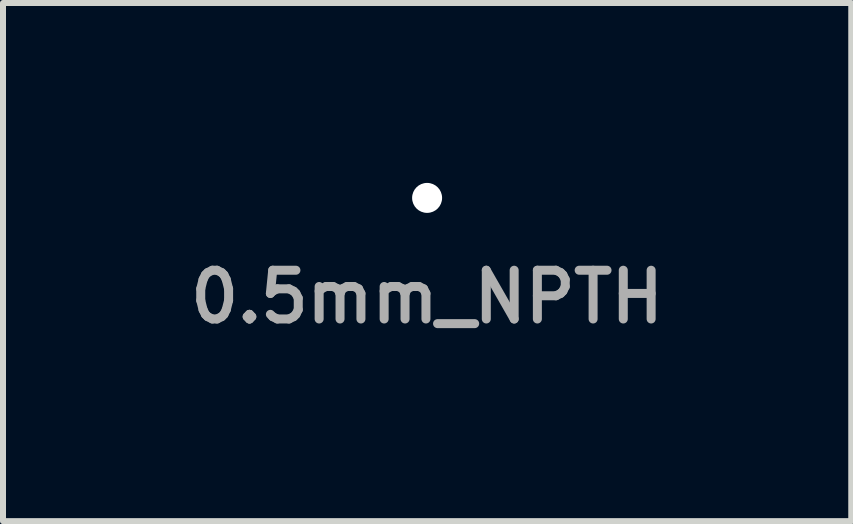
<source format=kicad_pcb>
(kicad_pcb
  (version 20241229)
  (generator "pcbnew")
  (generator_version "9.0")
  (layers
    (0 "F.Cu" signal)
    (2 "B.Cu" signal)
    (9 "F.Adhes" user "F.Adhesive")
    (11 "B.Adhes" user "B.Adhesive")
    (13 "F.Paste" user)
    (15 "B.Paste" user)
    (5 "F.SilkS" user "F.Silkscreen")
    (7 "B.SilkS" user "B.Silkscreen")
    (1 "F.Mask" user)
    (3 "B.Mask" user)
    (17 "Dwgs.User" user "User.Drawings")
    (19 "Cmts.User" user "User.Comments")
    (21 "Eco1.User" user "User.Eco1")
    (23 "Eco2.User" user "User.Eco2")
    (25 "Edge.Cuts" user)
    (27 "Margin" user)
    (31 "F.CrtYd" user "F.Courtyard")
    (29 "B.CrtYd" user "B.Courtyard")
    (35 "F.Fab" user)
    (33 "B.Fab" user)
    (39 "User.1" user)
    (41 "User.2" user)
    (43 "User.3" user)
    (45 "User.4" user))
  (footprint "0.5mm_NPTH"
    (layer "F.Cu")
    (at 4.072 0.25)
    (property "Reference" "0.5mm_NPTH" (at 0 1.651 0) (layer "F.Fab") (effects (font (size 0.813 0.813) (thickness 0.15))))
    (pad "" np_thru_hole circle (at 0 0) (size 0.5 0.5) (drill 0.5) (layers "*.Cu" "*.Mask")))
  (gr_rect
    (start -3 -3)
    (end 11.145 5.64)
    (stroke (width 0.1) (type default))
    (fill no)
    (layer "Edge.Cuts")))
</source>
